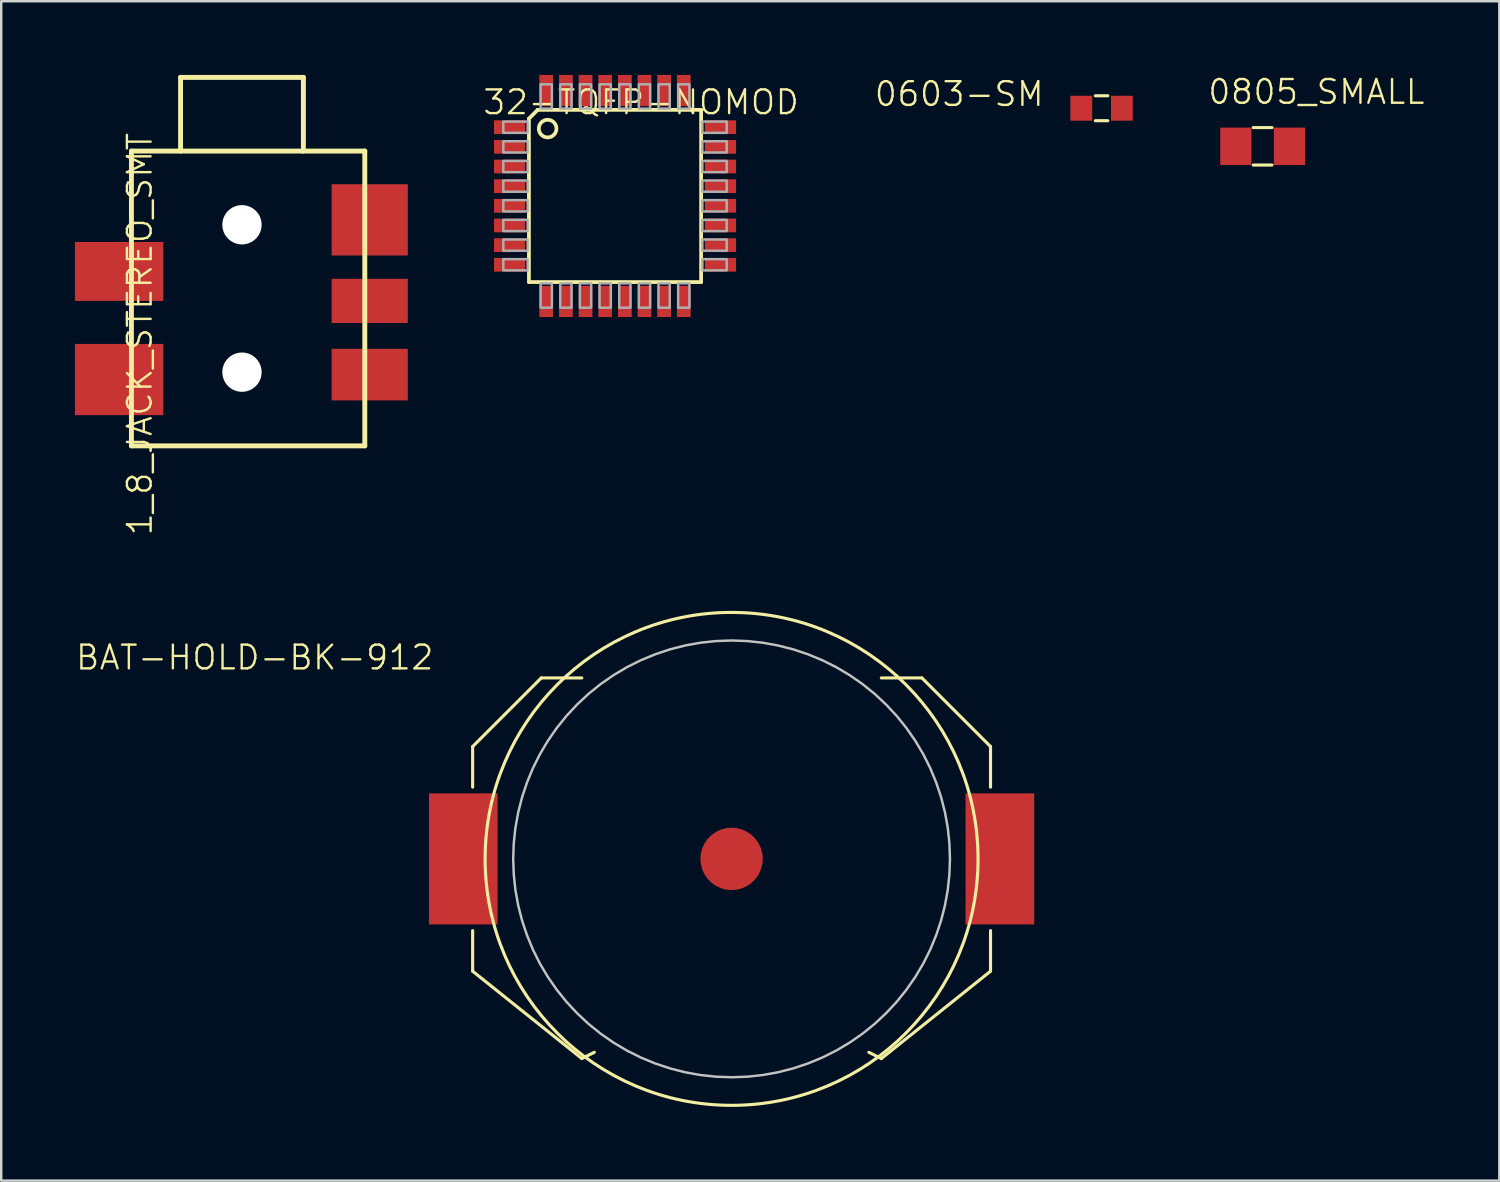
<source format=kicad_pcb>
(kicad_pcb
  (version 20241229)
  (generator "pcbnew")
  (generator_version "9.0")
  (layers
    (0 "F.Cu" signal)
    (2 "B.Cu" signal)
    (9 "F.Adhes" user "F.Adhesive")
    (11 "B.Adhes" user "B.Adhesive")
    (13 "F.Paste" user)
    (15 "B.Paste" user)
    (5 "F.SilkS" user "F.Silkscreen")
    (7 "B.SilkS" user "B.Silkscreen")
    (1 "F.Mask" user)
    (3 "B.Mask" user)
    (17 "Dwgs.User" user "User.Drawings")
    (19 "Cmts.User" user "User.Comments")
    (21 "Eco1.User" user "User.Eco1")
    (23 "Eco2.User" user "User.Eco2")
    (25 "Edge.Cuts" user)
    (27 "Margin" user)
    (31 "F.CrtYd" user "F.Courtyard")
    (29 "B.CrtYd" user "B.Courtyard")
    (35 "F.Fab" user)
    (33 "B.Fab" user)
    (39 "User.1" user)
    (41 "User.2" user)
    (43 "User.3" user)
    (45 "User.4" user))
  (footprint "BAT-HOLD-BK-912"
    (layer "F.Cu")
    (at 26.731 31.913)
    (property "Reference" "BAT-HOLD-BK-912" (at -12.065 -8.763 180) (layer "F.SilkS") (effects (font (size 0.965 0.965) (thickness 0.097)) (justify right top)))
    (attr through_hole)
    (fp_poly (pts (xy -9.017 0) (xy -8.996 0.615) (xy -8.933 1.228) (xy -8.828 1.835) (xy -8.683 2.433) (xy -8.496 3.02) (xy -8.271 3.592) (xy -8.006 4.148) (xy -7.704 4.685) (xy -7.367 5.2) (xy -6.995 5.691) (xy -6.59 6.155) (xy -6.155 6.59) (xy -5.691 6.995) (xy -5.2 7.367) (xy -4.685 7.704) (xy -4.148 8.006) (xy -3.592 8.271) (xy -3.02 8.496) (xy -2.433 8.683) (xy -1.835 8.828) (xy -1.228 8.933) (xy -0.615 8.996) (xy 0 9.017) (xy 0.615 8.996) (xy 1.228 8.933) (xy 1.835 8.828) (xy 2.433 8.683) (xy 3.02 8.496) (xy 3.592 8.271) (xy 4.148 8.006) (xy 4.685 7.704) (xy 5.2 7.367) (xy 5.691 6.995) (xy 6.155 6.59) (xy 6.59 6.155) (xy 6.995 5.691) (xy 7.367 5.2) (xy 7.704 4.685) (xy 8.006 4.148) (xy 8.271 3.592) (xy 8.496 3.02) (xy 8.683 2.433) (xy 8.828 1.835) (xy 8.933 1.228) (xy 8.996 0.615) (xy 9.017 0) (xy 8.996 -0.615) (xy 8.933 -1.228) (xy 8.828 -1.835) (xy 8.683 -2.433) (xy 8.496 -3.02) (xy 8.271 -3.592) (xy 8.006 -4.148) (xy 7.704 -4.685) (xy 7.367 -5.2) (xy 6.995 -5.691) (xy 6.59 -6.155) (xy 6.155 -6.59) (xy 5.691 -6.995) (xy 5.2 -7.367) (xy 4.685 -7.704) (xy 4.148 -8.006) (xy 3.592 -8.271) (xy 3.02 -8.496) (xy 2.433 -8.683) (xy 1.835 -8.828) (xy 1.228 -8.933) (xy 0 -9.017) (xy -0.615 -8.996) (xy -1.228 -8.933) (xy -1.835 -8.828) (xy -2.433 -8.683) (xy -3.02 -8.496) (xy -3.592 -8.271) (xy -4.148 -8.006) (xy -4.685 -7.704) (xy -5.2 -7.367) (xy -5.691 -6.995) (xy -6.155 -6.59) (xy -6.59 -6.155) (xy -6.995 -5.691) (xy -7.367 -5.2) (xy -7.704 -4.685) (xy -8.006 -4.148) (xy -8.271 -3.592) (xy -8.496 -3.02) (xy -8.683 -2.433) (xy -8.828 -1.835) (xy -8.933 -1.228) (xy -8.996 -0.615)) (stroke (width 0) (type solid)) (fill yes) (layer "F.Mask"))
    (fp_line (start -10.541 -4.572) (end -10.541 -2.921) (stroke (width 0.127) (type solid)) (layer "F.SilkS"))
    (fp_line (start -10.541 -4.572) (end -7.747 -7.366) (stroke (width 0.127) (type solid)) (layer "F.SilkS"))
    (fp_line (start -10.541 4.572) (end -10.541 2.921) (stroke (width 0.127) (type solid)) (layer "F.SilkS"))
    (fp_line (start -10.541 4.572) (end -6.096 8.128) (stroke (width 0.127) (type solid)) (layer "F.SilkS"))
    (fp_line (start -7.747 -7.366) (end -6.096 -7.366) (stroke (width 0.127) (type solid)) (layer "F.SilkS"))
    (fp_line (start -6.096 8.128) (end -5.588 7.874) (stroke (width 0.127) (type solid)) (layer "F.SilkS"))
    (fp_line (start 6.096 8.128) (end 5.588 7.874) (stroke (width 0.127) (type solid)) (layer "F.SilkS"))
    (fp_line (start 7.747 -7.366) (end 6.096 -7.366) (stroke (width 0.127) (type solid)) (layer "F.SilkS"))
    (fp_line (start 10.541 -4.572) (end 7.747 -7.366) (stroke (width 0.127) (type solid)) (layer "F.SilkS"))
    (fp_line (start 10.541 -4.572) (end 10.541 -2.921) (stroke (width 0.127) (type solid)) (layer "F.SilkS"))
    (fp_line (start 10.541 4.572) (end 6.096 8.128) (stroke (width 0.127) (type solid)) (layer "F.SilkS"))
    (fp_line (start 10.541 4.572) (end 10.541 2.921) (stroke (width 0.127) (type solid)) (layer "F.SilkS"))
    (fp_circle (center 0 0) (end 10.033 0) (stroke (width 0.127) (type solid)) (fill no) (layer "F.SilkS"))
    (fp_poly (pts (xy -8.89 0) (xy -8.867 -0.634) (xy -8.8 -1.265) (xy -8.687 -1.89) (xy -8.53 -2.505) (xy -8.329 -3.107) (xy -8.087 -3.693) (xy -7.803 -4.261) (xy -7.479 -4.806) (xy -7.117 -5.328) (xy -6.719 -5.822) (xy -6.286 -6.286) (xy -5.822 -6.719) (xy -5.328 -7.117) (xy -4.806 -7.479) (xy -4.261 -7.803) (xy -3.693 -8.087) (xy -3.107 -8.329) (xy -2.505 -8.53) (xy -1.89 -8.687) (xy -1.265 -8.8) (xy -0.634 -8.867) (xy 0 -8.89) (xy 0.634 -8.867) (xy 1.265 -8.8) (xy 1.89 -8.687) (xy 2.505 -8.53) (xy 3.107 -8.329) (xy 3.693 -8.087) (xy 4.261 -7.803) (xy 4.806 -7.479) (xy 5.328 -7.117) (xy 5.822 -6.719) (xy 6.286 -6.286) (xy 6.719 -5.822) (xy 7.117 -5.328) (xy 7.479 -4.806) (xy 7.803 -4.261) (xy 8.087 -3.693) (xy 8.329 -3.107) (xy 8.53 -2.505) (xy 8.687 -1.89) (xy 8.8 -1.265) (xy 8.867 -0.634) (xy 8.89 0) (xy 8.867 0.634) (xy 8.8 1.265) (xy 8.687 1.89) (xy 8.53 2.505) (xy 8.329 3.107) (xy 8.087 3.693) (xy 7.803 4.261) (xy 7.479 4.806) (xy 7.117 5.328) (xy 6.719 5.822) (xy 6.286 6.286) (xy 5.822 6.719) (xy 5.328 7.117) (xy 4.806 7.479) (xy 4.261 7.803) (xy 3.693 8.087) (xy 3.107 8.329) (xy 2.505 8.53) (xy 1.89 8.687) (xy 1.265 8.8) (xy 0.634 8.867) (xy 0 8.89) (xy -0.634 8.867) (xy -1.265 8.8) (xy -1.89 8.687) (xy -2.505 8.53) (xy -3.107 8.329) (xy -3.693 8.087) (xy -4.261 7.803) (xy -4.806 7.479) (xy -5.328 7.117) (xy -5.822 6.719) (xy -6.286 6.286) (xy -6.719 5.822) (xy -7.117 5.328) (xy -7.479 4.806) (xy -7.803 4.261) (xy -8.087 3.693) (xy -8.329 3.107) (xy -8.53 2.505) (xy -8.687 1.89) (xy -8.8 1.265) (xy -8.867 0.634)) (stroke (width 0.1) (type solid)) (fill no) (layer "Dwgs.User"))
    (pad "P$1" smd rect (at -10.922 0 90) (size 5.334 2.794) (layers "F.Cu" "F.Mask" "F.Paste"))
    (pad "P$2" smd rect (at 10.922 0 90) (size 5.334 2.794) (layers "F.Cu" "F.Mask" "F.Paste"))
    (pad "P$3" smd roundrect (at 0 0) (size 2.54 2.54) (layers "F.Cu" "F.Mask") (roundrect_rratio 0.5)))
  (footprint "32-TQFP-NOMOD"
    (layer "F.Cu")
    (at 21.986 4.928)
    (property "Reference" "32-TQFP-NOMOD" (at -5.436 -3.251 180) (layer "F.SilkS") (effects (font (size 0.965 0.965) (thickness 0.097)) (justify left bottom)))
    (attr through_hole)
    (fp_line (start -3.505 3.505) (end -3.505 -3.15) (stroke (width 0.152) (type solid)) (layer "F.SilkS"))
    (fp_line (start -3.15 -3.505) (end -3.505 -3.15) (stroke (width 0.152) (type solid)) (layer "F.SilkS"))
    (fp_line (start -3.15 -3.505) (end 3.505 -3.505) (stroke (width 0.152) (type solid)) (layer "F.SilkS"))
    (fp_line (start 3.505 -3.505) (end 3.505 3.505) (stroke (width 0.152) (type solid)) (layer "F.SilkS"))
    (fp_line (start 3.505 3.505) (end -3.505 3.505) (stroke (width 0.152) (type solid)) (layer "F.SilkS"))
    (fp_circle (center -2.743 -2.743) (end -2.384 -2.743) (stroke (width 0.152) (type solid)) (fill no) (layer "F.SilkS"))
    (fp_poly (pts (xy -4.547 -2.571) (xy -3.556 -2.571) (xy -3.556 -3.029) (xy -4.547 -3.029)) (stroke (width 0.1) (type solid)) (fill no) (layer "F.Fab"))
    (fp_poly (pts (xy -4.547 -1.771) (xy -3.556 -1.771) (xy -3.556 -2.229) (xy -4.547 -2.229)) (stroke (width 0.1) (type solid)) (fill no) (layer "F.Fab"))
    (fp_poly (pts (xy -4.547 -0.971) (xy -3.556 -0.971) (xy -3.556 -1.429) (xy -4.547 -1.429)) (stroke (width 0.1) (type solid)) (fill no) (layer "F.Fab"))
    (fp_poly (pts (xy -4.547 -0.171) (xy -3.556 -0.171) (xy -3.556 -0.629) (xy -4.547 -0.629)) (stroke (width 0.1) (type solid)) (fill no) (layer "F.Fab"))
    (fp_poly (pts (xy -4.547 0.629) (xy -3.556 0.629) (xy -3.556 0.171) (xy -4.547 0.171)) (stroke (width 0.1) (type solid)) (fill no) (layer "F.Fab"))
    (fp_poly (pts (xy -4.547 1.429) (xy -3.556 1.429) (xy -3.556 0.971) (xy -4.547 0.971)) (stroke (width 0.1) (type solid)) (fill no) (layer "F.Fab"))
    (fp_poly (pts (xy -4.547 2.229) (xy -3.556 2.229) (xy -3.556 1.771) (xy -4.547 1.771)) (stroke (width 0.1) (type solid)) (fill no) (layer "F.Fab"))
    (fp_poly (pts (xy -4.547 3.029) (xy -3.556 3.029) (xy -3.556 2.571) (xy -4.547 2.571)) (stroke (width 0.1) (type solid)) (fill no) (layer "F.Fab"))
    (fp_poly (pts (xy -3.029 -3.556) (xy -2.571 -3.556) (xy -2.571 -4.547) (xy -3.029 -4.547)) (stroke (width 0.1) (type solid)) (fill no) (layer "F.Fab"))
    (fp_poly (pts (xy -3.029 4.547) (xy -2.571 4.547) (xy -2.571 3.556) (xy -3.029 3.556)) (stroke (width 0.1) (type solid)) (fill no) (layer "F.Fab"))
    (fp_poly (pts (xy -2.229 -3.556) (xy -1.771 -3.556) (xy -1.771 -4.547) (xy -2.229 -4.547)) (stroke (width 0.1) (type solid)) (fill no) (layer "F.Fab"))
    (fp_poly (pts (xy -2.229 4.547) (xy -1.771 4.547) (xy -1.771 3.556) (xy -2.229 3.556)) (stroke (width 0.1) (type solid)) (fill no) (layer "F.Fab"))
    (fp_poly (pts (xy -1.429 -3.556) (xy -0.971 -3.556) (xy -0.971 -4.547) (xy -1.429 -4.547)) (stroke (width 0.1) (type solid)) (fill no) (layer "F.Fab"))
    (fp_poly (pts (xy -1.429 4.547) (xy -0.971 4.547) (xy -0.971 3.556) (xy -1.429 3.556)) (stroke (width 0.1) (type solid)) (fill no) (layer "F.Fab"))
    (fp_poly (pts (xy -0.629 -3.556) (xy -0.171 -3.556) (xy -0.171 -4.547) (xy -0.629 -4.547)) (stroke (width 0.1) (type solid)) (fill no) (layer "F.Fab"))
    (fp_poly (pts (xy -0.629 4.547) (xy -0.171 4.547) (xy -0.171 3.556) (xy -0.629 3.556)) (stroke (width 0.1) (type solid)) (fill no) (layer "F.Fab"))
    (fp_poly (pts (xy 0.171 -3.556) (xy 0.629 -3.556) (xy 0.629 -4.547) (xy 0.171 -4.547)) (stroke (width 0.1) (type solid)) (fill no) (layer "F.Fab"))
    (fp_poly (pts (xy 0.171 4.547) (xy 0.629 4.547) (xy 0.629 3.556) (xy 0.171 3.556)) (stroke (width 0.1) (type solid)) (fill no) (layer "F.Fab"))
    (fp_poly (pts (xy 0.971 -3.556) (xy 1.429 -3.556) (xy 1.429 -4.547) (xy 0.971 -4.547)) (stroke (width 0.1) (type solid)) (fill no) (layer "F.Fab"))
    (fp_poly (pts (xy 0.971 4.547) (xy 1.429 4.547) (xy 1.429 3.556) (xy 0.971 3.556)) (stroke (width 0.1) (type solid)) (fill no) (layer "F.Fab"))
    (fp_poly (pts (xy 1.771 -3.556) (xy 2.229 -3.556) (xy 2.229 -4.547) (xy 1.771 -4.547)) (stroke (width 0.1) (type solid)) (fill no) (layer "F.Fab"))
    (fp_poly (pts (xy 1.771 4.547) (xy 2.229 4.547) (xy 2.229 3.556) (xy 1.771 3.556)) (stroke (width 0.1) (type solid)) (fill no) (layer "F.Fab"))
    (fp_poly (pts (xy 2.571 -3.556) (xy 3.029 -3.556) (xy 3.029 -4.547) (xy 2.571 -4.547)) (stroke (width 0.1) (type solid)) (fill no) (layer "F.Fab"))
    (fp_poly (pts (xy 2.571 4.547) (xy 3.029 4.547) (xy 3.029 3.556) (xy 2.571 3.556)) (stroke (width 0.1) (type solid)) (fill no) (layer "F.Fab"))
    (fp_poly (pts (xy 3.556 -2.571) (xy 4.547 -2.571) (xy 4.547 -3.029) (xy 3.556 -3.029)) (stroke (width 0.1) (type solid)) (fill no) (layer "F.Fab"))
    (fp_poly (pts (xy 3.556 -1.771) (xy 4.547 -1.771) (xy 4.547 -2.229) (xy 3.556 -2.229)) (stroke (width 0.1) (type solid)) (fill no) (layer "F.Fab"))
    (fp_poly (pts (xy 3.556 -0.971) (xy 4.547 -0.971) (xy 4.547 -1.429) (xy 3.556 -1.429)) (stroke (width 0.1) (type solid)) (fill no) (layer "F.Fab"))
    (fp_poly (pts (xy 3.556 -0.171) (xy 4.547 -0.171) (xy 4.547 -0.629) (xy 3.556 -0.629)) (stroke (width 0.1) (type solid)) (fill no) (layer "F.Fab"))
    (fp_poly (pts (xy 3.556 0.629) (xy 4.547 0.629) (xy 4.547 0.171) (xy 3.556 0.171)) (stroke (width 0.1) (type solid)) (fill no) (layer "F.Fab"))
    (fp_poly (pts (xy 3.556 1.429) (xy 4.547 1.429) (xy 4.547 0.971) (xy 3.556 0.971)) (stroke (width 0.1) (type solid)) (fill no) (layer "F.Fab"))
    (fp_poly (pts (xy 3.556 2.229) (xy 4.547 2.229) (xy 4.547 1.771) (xy 3.556 1.771)) (stroke (width 0.1) (type solid)) (fill no) (layer "F.Fab"))
    (fp_poly (pts (xy 3.556 3.029) (xy 4.547 3.029) (xy 4.547 2.571) (xy 3.556 2.571)) (stroke (width 0.1) (type solid)) (fill no) (layer "F.Fab"))
    (pad "1" smd rect (at -4.293 -2.8) (size 1.27 0.559) (layers "F.Cu" "F.Mask" "F.Paste"))
    (pad "2" smd rect (at -4.293 -2) (size 1.27 0.559) (layers "F.Cu" "F.Mask" "F.Paste"))
    (pad "3" smd rect (at -4.293 -1.2) (size 1.27 0.559) (layers "F.Cu" "F.Mask" "F.Paste"))
    (pad "4" smd rect (at -4.293 -0.4) (size 1.27 0.559) (layers "F.Cu" "F.Mask" "F.Paste"))
    (pad "5" smd rect (at -4.293 0.4) (size 1.27 0.559) (layers "F.Cu" "F.Mask" "F.Paste"))
    (pad "6" smd rect (at -4.293 1.2) (size 1.27 0.559) (layers "F.Cu" "F.Mask" "F.Paste"))
    (pad "7" smd rect (at -4.293 2) (size 1.27 0.559) (layers "F.Cu" "F.Mask" "F.Paste"))
    (pad "8" smd rect (at -4.293 2.8) (size 1.27 0.559) (layers "F.Cu" "F.Mask" "F.Paste"))
    (pad "9" smd rect (at -2.8 4.293) (size 0.559 1.27) (layers "F.Cu" "F.Mask" "F.Paste"))
    (pad "10" smd rect (at -2 4.293) (size 0.559 1.27) (layers "F.Cu" "F.Mask" "F.Paste"))
    (pad "11" smd rect (at -1.2 4.293) (size 0.559 1.27) (layers "F.Cu" "F.Mask" "F.Paste"))
    (pad "12" smd rect (at -0.4 4.293) (size 0.559 1.27) (layers "F.Cu" "F.Mask" "F.Paste"))
    (pad "13" smd rect (at 0.4 4.293) (size 0.559 1.27) (layers "F.Cu" "F.Mask" "F.Paste"))
    (pad "14" smd rect (at 1.2 4.293) (size 0.559 1.27) (layers "F.Cu" "F.Mask" "F.Paste"))
    (pad "15" smd rect (at 2 4.293) (size 0.559 1.27) (layers "F.Cu" "F.Mask" "F.Paste"))
    (pad "16" smd rect (at 2.8 4.293) (size 0.559 1.27) (layers "F.Cu" "F.Mask" "F.Paste"))
    (pad "17" smd rect (at 4.293 2.8) (size 1.27 0.559) (layers "F.Cu" "F.Mask" "F.Paste"))
    (pad "18" smd rect (at 4.293 2) (size 1.27 0.559) (layers "F.Cu" "F.Mask" "F.Paste"))
    (pad "19" smd rect (at 4.293 1.2) (size 1.27 0.559) (layers "F.Cu" "F.Mask" "F.Paste"))
    (pad "20" smd rect (at 4.293 0.4) (size 1.27 0.559) (layers "F.Cu" "F.Mask" "F.Paste"))
    (pad "21" smd rect (at 4.293 -0.4) (size 1.27 0.559) (layers "F.Cu" "F.Mask" "F.Paste"))
    (pad "22" smd rect (at 4.293 -1.2) (size 1.27 0.559) (layers "F.Cu" "F.Mask" "F.Paste"))
    (pad "23" smd rect (at 4.293 -2) (size 1.27 0.559) (layers "F.Cu" "F.Mask" "F.Paste"))
    (pad "24" smd rect (at 4.293 -2.8) (size 1.27 0.559) (layers "F.Cu" "F.Mask" "F.Paste"))
    (pad "25" smd rect (at 2.8 -4.293) (size 0.559 1.27) (layers "F.Cu" "F.Mask" "F.Paste"))
    (pad "26" smd rect (at 2 -4.293) (size 0.559 1.27) (layers "F.Cu" "F.Mask" "F.Paste"))
    (pad "27" smd rect (at 1.2 -4.293) (size 0.559 1.27) (layers "F.Cu" "F.Mask" "F.Paste"))
    (pad "28" smd rect (at 0.4 -4.293) (size 0.559 1.27) (layers "F.Cu" "F.Mask" "F.Paste"))
    (pad "29" smd rect (at -0.4 -4.293) (size 0.559 1.27) (layers "F.Cu" "F.Mask" "F.Paste"))
    (pad "30" smd rect (at -1.2 -4.293) (size 0.559 1.27) (layers "F.Cu" "F.Mask" "F.Paste"))
    (pad "31" smd rect (at -2 -4.293) (size 0.559 1.27) (layers "F.Cu" "F.Mask" "F.Paste"))
    (pad "32" smd rect (at -2.8 -4.293) (size 0.559 1.27) (layers "F.Cu" "F.Mask" "F.Paste")))
  (footprint "0603-SM"
    (layer "F.Cu")
    (at 41.793 1.356)
    (property "Reference" "0603-SM" (at -2.286 -1.143 180) (layer "F.SilkS") (effects (font (size 0.965 0.965) (thickness 0.097)) (justify right top)))
    (attr through_hole)
    (fp_line (start -0.254 -0.508) (end 0.254 -0.508) (stroke (width 0.127) (type solid)) (layer "F.SilkS"))
    (fp_line (start -0.254 0.508) (end 0.254 0.508) (stroke (width 0.127) (type solid)) (layer "F.SilkS"))
    (pad "P$1" smd rect (at -0.826 0) (size 0.889 1.016) (layers "F.Cu" "F.Mask" "F.Paste"))
    (pad "P$2" smd rect (at 0.826 0) (size 0.889 1.016) (layers "F.Cu" "F.Mask" "F.Paste")))
  (footprint "0805_SMALL"
    (layer "F.Cu")
    (at 48.349 2.906)
    (property "Reference" "0805_SMALL" (at -2.286 -1.651 180) (layer "F.SilkS") (effects (font (size 0.965 0.965) (thickness 0.097)) (justify left bottom)))
    (attr through_hole)
    (fp_line (start -0.381 -0.762) (end 0.381 -0.762) (stroke (width 0.127) (type solid)) (layer "F.SilkS"))
    (fp_line (start -0.381 0.762) (end 0.381 0.762) (stroke (width 0.127) (type solid)) (layer "F.SilkS"))
    (pad "1" smd rect (at -1.091 0) (size 1.27 1.524) (layers "F.Cu" "F.Mask" "F.Paste"))
    (pad "2" smd rect (at 1.091 0) (size 1.27 1.524) (layers "F.Cu" "F.Mask" "F.Paste")))
  (footprint "1_8_JACK_STEREO_SMT"
    (layer "F.Cu")
    (at 6.8 3.1)
    (property "Reference" "1_8_JACK_STEREO_SMT" (at -3.596 15.717 90) (layer "F.SilkS") (effects (font (size 0.965 0.965) (thickness 0.097)) (justify left bottom)))
    (attr through_hole)
    (fp_line (start -4.5 0) (end 5 0) (stroke (width 0.2) (type solid)) (layer "F.SilkS"))
    (fp_line (start -4.5 12) (end -4.5 0) (stroke (width 0.2) (type solid)) (layer "F.SilkS"))
    (fp_line (start -2.5 -3) (end 2.5 -3) (stroke (width 0.2) (type solid)) (layer "F.SilkS"))
    (fp_line (start -2.5 0) (end -2.5 -3) (stroke (width 0.2) (type solid)) (layer "F.SilkS"))
    (fp_line (start 2.5 -3) (end 2.5 0) (stroke (width 0.2) (type solid)) (layer "F.SilkS"))
    (fp_line (start 5 0) (end 5 12) (stroke (width 0.2) (type solid)) (layer "F.SilkS"))
    (fp_line (start 5 12) (end -4.5 12) (stroke (width 0.2) (type solid)) (layer "F.SilkS"))
    (pad "" np_thru_hole circle (at 0 3) (size 1.6 1.6) (drill 1.6) (layers "*.Cu" "*.Mask"))
    (pad "" np_thru_hole circle (at 0 9) (size 1.6 1.6) (drill 1.6) (layers "*.Cu" "*.Mask"))
    (pad "P$1" smd rect (at 5.2 2.8 90) (size 2.9 3.1) (layers "F.Cu" "F.Mask" "F.Paste"))
    (pad "P$2" smd rect (at 5.2 6.1 90) (size 1.8 3.1) (layers "F.Cu" "F.Mask" "F.Paste"))
    (pad "P$3" smd rect (at 5.2 9.1 90) (size 2.1 3.1) (layers "F.Cu" "F.Mask" "F.Paste"))
    (pad "P$4" smd rect (at -5 4.9 90) (size 2.4 3.6) (layers "F.Cu" "F.Mask" "F.Paste"))
    (pad "P$5" smd rect (at -5 9.3 90) (size 2.9 3.6) (layers "F.Cu" "F.Mask" "F.Paste")))
  (gr_rect
    (start -3 -3)
    (end 57.984 45.01)
    (stroke (width 0.1) (type default))
    (fill no)
    (layer "Edge.Cuts")))
</source>
